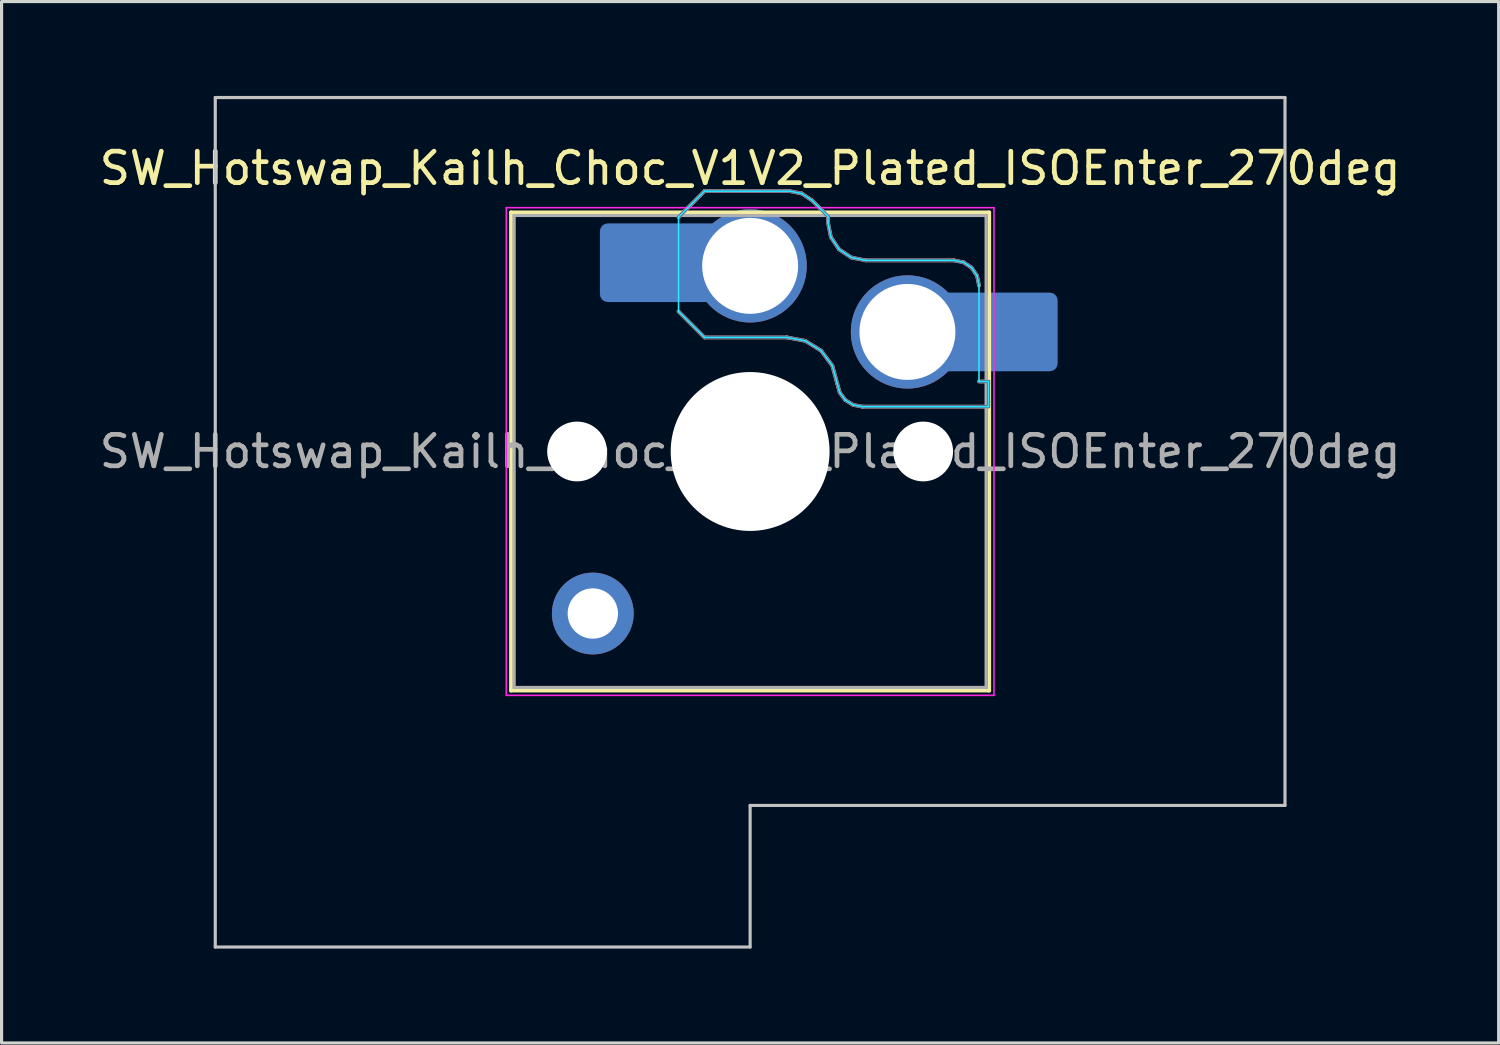
<source format=kicad_pcb>
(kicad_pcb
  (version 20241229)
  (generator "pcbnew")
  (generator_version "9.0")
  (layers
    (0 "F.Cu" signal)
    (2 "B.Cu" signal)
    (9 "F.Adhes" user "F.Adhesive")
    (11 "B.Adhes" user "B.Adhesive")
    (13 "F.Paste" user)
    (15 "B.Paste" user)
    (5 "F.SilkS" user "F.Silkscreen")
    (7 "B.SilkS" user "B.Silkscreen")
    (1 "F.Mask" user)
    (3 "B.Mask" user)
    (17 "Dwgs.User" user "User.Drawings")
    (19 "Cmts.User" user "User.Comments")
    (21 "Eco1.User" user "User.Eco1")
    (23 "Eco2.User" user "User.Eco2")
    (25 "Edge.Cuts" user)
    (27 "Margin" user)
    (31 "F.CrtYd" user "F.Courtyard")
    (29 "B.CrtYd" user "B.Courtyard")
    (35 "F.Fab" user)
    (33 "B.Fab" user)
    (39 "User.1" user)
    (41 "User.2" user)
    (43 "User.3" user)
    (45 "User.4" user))
  (footprint "SW_Hotswap_Kailh_Choc_V1V2_Plated_ISOEnter_270deg"
    (layer "F.Cu")
    (at 20.792 11.3)
    (property "Reference" "SW_Hotswap_Kailh_Choc_V1V2_Plated_ISOEnter_270deg" (at 0 -9 0) (layer "F.SilkS") (effects (font (size 1 1) (thickness 0.15))))
    (attr smd)
    (fp_line (start -7.6 -7.6) (end -7.6 7.6) (stroke (width 0.12) (type solid)) (layer "F.SilkS"))
    (fp_line (start -7.6 7.6) (end 7.6 7.6) (stroke (width 0.12) (type solid)) (layer "F.SilkS"))
    (fp_line (start 7.6 -7.6) (end -7.6 -7.6) (stroke (width 0.12) (type solid)) (layer "F.SilkS"))
    (fp_line (start 7.6 7.6) (end 7.6 -7.6) (stroke (width 0.12) (type solid)) (layer "F.SilkS"))
    (fp_line (start -2.275 -7.45) (end -1.45 -8.275) (stroke (width 0.12) (type solid)) (layer "B.SilkS"))
    (fp_line (start -1.45 -8.275) (end 1.261 -8.275) (stroke (width 0.12) (type solid)) (layer "B.SilkS"))
    (fp_line (start -1.45 -3.625) (end -2.275 -4.45) (stroke (width 0.12) (type solid)) (layer "B.SilkS"))
    (fp_line (start 1.175 -3.625) (end -1.45 -3.625) (stroke (width 0.12) (type solid)) (layer "B.SilkS"))
    (fp_line (start 1.261 -8.275) (end 1.643 -8.199) (stroke (width 0.12) (type solid)) (layer "B.SilkS"))
    (fp_line (start 1.643 -8.199) (end 1.968 -7.982) (stroke (width 0.12) (type solid)) (layer "B.SilkS"))
    (fp_line (start 1.756 -3.516) (end 1.175 -3.625) (stroke (width 0.12) (type solid)) (layer "B.SilkS"))
    (fp_line (start 1.968 -7.982) (end 2.475 -7.475) (stroke (width 0.12) (type solid)) (layer "B.SilkS"))
    (fp_line (start 2.258 -3.203) (end 1.756 -3.516) (stroke (width 0.12) (type solid)) (layer "B.SilkS"))
    (fp_line (start 2.475 -7.475) (end 2.475 -7.275) (stroke (width 0.12) (type solid)) (layer "B.SilkS"))
    (fp_line (start 2.475 -7.275) (end 2.566 -6.816) (stroke (width 0.12) (type solid)) (layer "B.SilkS"))
    (fp_line (start 2.566 -6.816) (end 2.826 -6.426) (stroke (width 0.12) (type solid)) (layer "B.SilkS"))
    (fp_line (start 2.612 -2.729) (end 2.258 -3.203) (stroke (width 0.12) (type solid)) (layer "B.SilkS"))
    (fp_line (start 2.769 -2.158) (end 2.612 -2.729) (stroke (width 0.12) (type solid)) (layer "B.SilkS"))
    (fp_line (start 2.826 -6.426) (end 3.216 -6.166) (stroke (width 0.12) (type solid)) (layer "B.SilkS"))
    (fp_line (start 2.848 -1.873) (end 2.769 -2.158) (stroke (width 0.12) (type solid)) (layer "B.SilkS"))
    (fp_line (start 3.025 -1.636) (end 2.848 -1.873) (stroke (width 0.12) (type solid)) (layer "B.SilkS"))
    (fp_line (start 3.216 -6.166) (end 3.675 -6.075) (stroke (width 0.12) (type solid)) (layer "B.SilkS"))
    (fp_line (start 3.276 -1.48) (end 3.025 -1.636) (stroke (width 0.12) (type solid)) (layer "B.SilkS"))
    (fp_line (start 3.567 -1.425) (end 3.276 -1.48) (stroke (width 0.12) (type solid)) (layer "B.SilkS"))
    (fp_line (start 3.675 -6.075) (end 6.475 -6.075) (stroke (width 0.12) (type solid)) (layer "B.SilkS"))
    (fp_line (start 6.475 -6.075) (end 6.781 -6.014) (stroke (width 0.12) (type solid)) (layer "B.SilkS"))
    (fp_line (start 6.781 -6.014) (end 7.041 -5.841) (stroke (width 0.12) (type solid)) (layer "B.SilkS"))
    (fp_line (start 7.041 -5.841) (end 7.214 -5.581) (stroke (width 0.12) (type solid)) (layer "B.SilkS"))
    (fp_line (start 7.214 -5.581) (end 7.275 -5.275) (stroke (width 0.12) (type solid)) (layer "B.SilkS"))
    (fp_line (start 7.275 -2.225) (end 7.575 -2.225) (stroke (width 0.12) (type solid)) (layer "B.SilkS"))
    (fp_line (start 7.575 -2.225) (end 7.575 -1.425) (stroke (width 0.12) (type solid)) (layer "B.SilkS"))
    (fp_line (start 7.575 -1.425) (end 3.567 -1.425) (stroke (width 0.12) (type solid)) (layer "B.SilkS"))
    (fp_line (start -17 -11.25) (end -17 15.75) (stroke (width 0.1) (type solid)) (layer "Dwgs.User"))
    (fp_line (start -17 15.75) (end 0 15.75) (stroke (width 0.1) (type solid)) (layer "Dwgs.User"))
    (fp_line (start 0 11.25) (end 17 11.25) (stroke (width 0.1) (type solid)) (layer "Dwgs.User"))
    (fp_line (start 0 15.75) (end 0 11.25) (stroke (width 0.1) (type solid)) (layer "Dwgs.User"))
    (fp_line (start 17 -11.25) (end -17 -11.25) (stroke (width 0.1) (type solid)) (layer "Dwgs.User"))
    (fp_line (start 17 11.25) (end 17 -11.25) (stroke (width 0.1) (type solid)) (layer "Dwgs.User"))
    (fp_line (start -7.25 -7.25) (end -7.25 7.25) (stroke (width 0.1) (type solid)) (layer "Eco1.User"))
    (fp_line (start -7.25 7.25) (end 7.25 7.25) (stroke (width 0.1) (type solid)) (layer "Eco1.User"))
    (fp_line (start 7.25 -7.25) (end -7.25 -7.25) (stroke (width 0.1) (type solid)) (layer "Eco1.User"))
    (fp_line (start 7.25 7.25) (end 7.25 -7.25) (stroke (width 0.1) (type solid)) (layer "Eco1.User"))
    (fp_line (start -2.275 -7.45) (end -1.45 -8.275) (stroke (width 0.05) (type solid)) (layer "B.CrtYd"))
    (fp_line (start -2.275 -4.45) (end -2.275 -7.45) (stroke (width 0.05) (type solid)) (layer "B.CrtYd"))
    (fp_line (start -1.45 -8.275) (end 1.261 -8.275) (stroke (width 0.05) (type solid)) (layer "B.CrtYd"))
    (fp_line (start -1.45 -3.625) (end -2.275 -4.45) (stroke (width 0.05) (type solid)) (layer "B.CrtYd"))
    (fp_line (start 1.175 -3.625) (end -1.45 -3.625) (stroke (width 0.05) (type solid)) (layer "B.CrtYd"))
    (fp_line (start 1.261 -8.275) (end 1.643 -8.199) (stroke (width 0.05) (type solid)) (layer "B.CrtYd"))
    (fp_line (start 1.643 -8.199) (end 1.968 -7.982) (stroke (width 0.05) (type solid)) (layer "B.CrtYd"))
    (fp_line (start 1.756 -3.516) (end 1.175 -3.625) (stroke (width 0.05) (type solid)) (layer "B.CrtYd"))
    (fp_line (start 1.968 -7.982) (end 2.475 -7.475) (stroke (width 0.05) (type solid)) (layer "B.CrtYd"))
    (fp_line (start 2.258 -3.203) (end 1.756 -3.516) (stroke (width 0.05) (type solid)) (layer "B.CrtYd"))
    (fp_line (start 2.475 -7.475) (end 2.475 -7.275) (stroke (width 0.05) (type solid)) (layer "B.CrtYd"))
    (fp_line (start 2.475 -7.275) (end 2.566 -6.816) (stroke (width 0.05) (type solid)) (layer "B.CrtYd"))
    (fp_line (start 2.566 -6.816) (end 2.826 -6.426) (stroke (width 0.05) (type solid)) (layer "B.CrtYd"))
    (fp_line (start 2.612 -2.729) (end 2.258 -3.203) (stroke (width 0.05) (type solid)) (layer "B.CrtYd"))
    (fp_line (start 2.769 -2.158) (end 2.612 -2.729) (stroke (width 0.05) (type solid)) (layer "B.CrtYd"))
    (fp_line (start 2.826 -6.426) (end 3.216 -6.166) (stroke (width 0.05) (type solid)) (layer "B.CrtYd"))
    (fp_line (start 2.848 -1.873) (end 2.769 -2.158) (stroke (width 0.05) (type solid)) (layer "B.CrtYd"))
    (fp_line (start 3.025 -1.636) (end 2.848 -1.873) (stroke (width 0.05) (type solid)) (layer "B.CrtYd"))
    (fp_line (start 3.216 -6.166) (end 3.675 -6.075) (stroke (width 0.05) (type solid)) (layer "B.CrtYd"))
    (fp_line (start 3.276 -1.48) (end 3.025 -1.636) (stroke (width 0.05) (type solid)) (layer "B.CrtYd"))
    (fp_line (start 3.567 -1.425) (end 3.276 -1.48) (stroke (width 0.05) (type solid)) (layer "B.CrtYd"))
    (fp_line (start 3.675 -6.075) (end 6.475 -6.075) (stroke (width 0.05) (type solid)) (layer "B.CrtYd"))
    (fp_line (start 6.475 -6.075) (end 6.781 -6.014) (stroke (width 0.05) (type solid)) (layer "B.CrtYd"))
    (fp_line (start 6.781 -6.014) (end 7.041 -5.841) (stroke (width 0.05) (type solid)) (layer "B.CrtYd"))
    (fp_line (start 7.041 -5.841) (end 7.214 -5.581) (stroke (width 0.05) (type solid)) (layer "B.CrtYd"))
    (fp_line (start 7.214 -5.581) (end 7.275 -5.275) (stroke (width 0.05) (type solid)) (layer "B.CrtYd"))
    (fp_line (start 7.275 -5.275) (end 7.275 -2.225) (stroke (width 0.05) (type solid)) (layer "B.CrtYd"))
    (fp_line (start 7.275 -2.225) (end 7.575 -2.225) (stroke (width 0.05) (type solid)) (layer "B.CrtYd"))
    (fp_line (start 7.575 -2.225) (end 7.575 -1.425) (stroke (width 0.05) (type solid)) (layer "B.CrtYd"))
    (fp_line (start 7.575 -1.425) (end 3.567 -1.425) (stroke (width 0.05) (type solid)) (layer "B.CrtYd"))
    (fp_line (start -7.75 -7.75) (end -7.75 7.75) (stroke (width 0.05) (type solid)) (layer "F.CrtYd"))
    (fp_line (start -7.75 7.75) (end 7.75 7.75) (stroke (width 0.05) (type solid)) (layer "F.CrtYd"))
    (fp_line (start 7.75 -7.75) (end -7.75 -7.75) (stroke (width 0.05) (type solid)) (layer "F.CrtYd"))
    (fp_line (start 7.75 7.75) (end 7.75 -7.75) (stroke (width 0.05) (type solid)) (layer "F.CrtYd"))
    (fp_line (start -2.275 -7.45) (end -1.45 -8.275) (stroke (width 0.1) (type solid)) (layer "B.Fab"))
    (fp_line (start -1.45 -8.275) (end 1.261 -8.275) (stroke (width 0.1) (type solid)) (layer "B.Fab"))
    (fp_line (start -1.45 -3.625) (end -2.275 -4.45) (stroke (width 0.1) (type solid)) (layer "B.Fab"))
    (fp_line (start 1.175 -3.625) (end -1.45 -3.625) (stroke (width 0.1) (type solid)) (layer "B.Fab"))
    (fp_line (start 1.261 -8.275) (end 1.643 -8.199) (stroke (width 0.1) (type solid)) (layer "B.Fab"))
    (fp_line (start 1.643 -8.199) (end 1.968 -7.982) (stroke (width 0.1) (type solid)) (layer "B.Fab"))
    (fp_line (start 1.756 -3.516) (end 1.175 -3.625) (stroke (width 0.1) (type solid)) (layer "B.Fab"))
    (fp_line (start 1.968 -7.982) (end 2.475 -7.475) (stroke (width 0.1) (type solid)) (layer "B.Fab"))
    (fp_line (start 2.258 -3.203) (end 1.756 -3.516) (stroke (width 0.1) (type solid)) (layer "B.Fab"))
    (fp_line (start 2.475 -7.475) (end 2.475 -7.275) (stroke (width 0.1) (type solid)) (layer "B.Fab"))
    (fp_line (start 2.475 -7.275) (end 2.566 -6.816) (stroke (width 0.1) (type solid)) (layer "B.Fab"))
    (fp_line (start 2.566 -6.816) (end 2.826 -6.426) (stroke (width 0.1) (type solid)) (layer "B.Fab"))
    (fp_line (start 2.612 -2.729) (end 2.258 -3.203) (stroke (width 0.1) (type solid)) (layer "B.Fab"))
    (fp_line (start 2.769 -2.158) (end 2.612 -2.729) (stroke (width 0.1) (type solid)) (layer "B.Fab"))
    (fp_line (start 2.826 -6.426) (end 3.216 -6.166) (stroke (width 0.1) (type solid)) (layer "B.Fab"))
    (fp_line (start 2.848 -1.873) (end 2.769 -2.158) (stroke (width 0.1) (type solid)) (layer "B.Fab"))
    (fp_line (start 3.025 -1.636) (end 2.848 -1.873) (stroke (width 0.1) (type solid)) (layer "B.Fab"))
    (fp_line (start 3.216 -6.166) (end 3.675 -6.075) (stroke (width 0.1) (type solid)) (layer "B.Fab"))
    (fp_line (start 3.276 -1.48) (end 3.025 -1.636) (stroke (width 0.1) (type solid)) (layer "B.Fab"))
    (fp_line (start 3.567 -1.425) (end 3.276 -1.48) (stroke (width 0.1) (type solid)) (layer "B.Fab"))
    (fp_line (start 3.675 -6.075) (end 6.475 -6.075) (stroke (width 0.1) (type solid)) (layer "B.Fab"))
    (fp_line (start 6.475 -6.075) (end 6.781 -6.014) (stroke (width 0.1) (type solid)) (layer "B.Fab"))
    (fp_line (start 6.781 -6.014) (end 7.041 -5.841) (stroke (width 0.1) (type solid)) (layer "B.Fab"))
    (fp_line (start 7.041 -5.841) (end 7.214 -5.581) (stroke (width 0.1) (type solid)) (layer "B.Fab"))
    (fp_line (start 7.214 -5.581) (end 7.275 -5.275) (stroke (width 0.1) (type solid)) (layer "B.Fab"))
    (fp_line (start 7.275 -2.225) (end 7.575 -2.225) (stroke (width 0.1) (type solid)) (layer "B.Fab"))
    (fp_line (start 7.575 -2.225) (end 7.575 -1.425) (stroke (width 0.1) (type solid)) (layer "B.Fab"))
    (fp_line (start 7.575 -1.425) (end 3.567 -1.425) (stroke (width 0.1) (type solid)) (layer "B.Fab"))
    (fp_line (start -7.5 -7.5) (end -7.5 7.5) (stroke (width 0.1) (type solid)) (layer "F.Fab"))
    (fp_line (start -7.5 7.5) (end 7.5 7.5) (stroke (width 0.1) (type solid)) (layer "F.Fab"))
    (fp_line (start 7.5 -7.5) (end -7.5 -7.5) (stroke (width 0.1) (type solid)) (layer "F.Fab"))
    (fp_line (start 7.5 7.5) (end 7.5 -7.5) (stroke (width 0.1) (type solid)) (layer "F.Fab"))
    (fp_text user "${REFERENCE}" (at 0 0 0) (layer "F.Fab") (effects (font (size 1 1) (thickness 0.15))))
    (pad "" np_thru_hole circle (at -5.5 0) (size 1.9 1.9) (drill 1.9) (layers "*.Cu" "*.Mask"))
    (pad "" smd circle (at -5 5.15) (size 1.65 1.65) (layers "F.Mask"))
    (pad "" thru_hole circle (at -5 5.15) (size 2.6 2.6) (drill 1.6) (layers "*.Cu" "B.Mask"))
    (pad "" smd roundrect (at -3.5 -6) (size 2.55 2.5) (layers "B.Mask" "B.Paste") (roundrect_rratio 0.1))
    (pad "" smd circle (at 0 -5.9) (size 3.1 3.1) (layers "F.Mask"))
    (pad "" np_thru_hole circle (at 0 0) (size 5.05 5.05) (drill 5.05) (layers "*.Cu" "*.Mask"))
    (pad "" smd circle (at 5 -3.8) (size 3.1 3.1) (layers "F.Mask"))
    (pad "" np_thru_hole circle (at 5.5 0) (size 1.9 1.9) (drill 1.9) (layers "*.Cu" "*.Mask"))
    (pad "" smd roundrect (at 8.5 -3.8) (size 2.55 2.5) (layers "B.Mask" "B.Paste") (roundrect_rratio 0.1))
    (pad "1" smd roundrect (at -2.85 -6) (size 3.85 2.5) (layers "B.Cu") (roundrect_rratio 0.1))
    (pad "1" thru_hole circle (at 0 -5.9) (size 3.6 3.6) (drill 3.05) (layers "*.Cu" "B.Mask"))
    (pad "2" thru_hole circle (at 5 -3.8) (size 3.6 3.6) (drill 3.05) (layers "*.Cu" "B.Mask"))
    (pad "2" smd roundrect (at 7.85 -3.8) (size 3.85 2.5) (layers "B.Cu") (roundrect_rratio 0.1)))
  (gr_rect
    (start -3 -3)
    (end 44.583 30.1)
    (stroke (width 0.1) (type default))
    (fill no)
    (layer "Edge.Cuts")))
</source>
